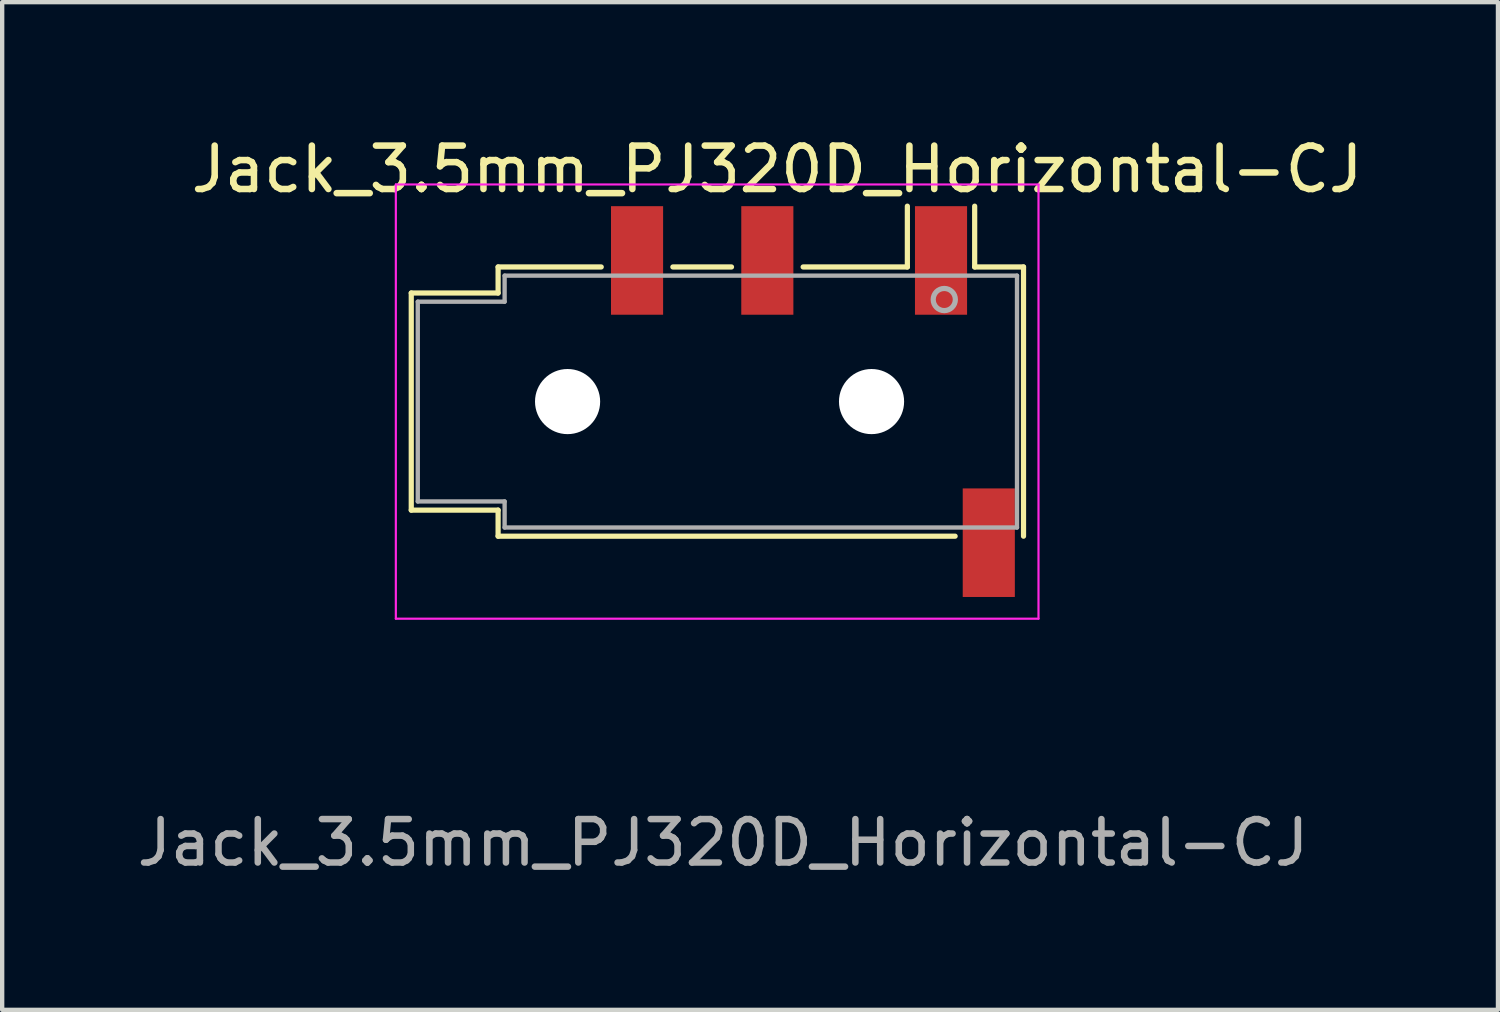
<source format=kicad_pcb>
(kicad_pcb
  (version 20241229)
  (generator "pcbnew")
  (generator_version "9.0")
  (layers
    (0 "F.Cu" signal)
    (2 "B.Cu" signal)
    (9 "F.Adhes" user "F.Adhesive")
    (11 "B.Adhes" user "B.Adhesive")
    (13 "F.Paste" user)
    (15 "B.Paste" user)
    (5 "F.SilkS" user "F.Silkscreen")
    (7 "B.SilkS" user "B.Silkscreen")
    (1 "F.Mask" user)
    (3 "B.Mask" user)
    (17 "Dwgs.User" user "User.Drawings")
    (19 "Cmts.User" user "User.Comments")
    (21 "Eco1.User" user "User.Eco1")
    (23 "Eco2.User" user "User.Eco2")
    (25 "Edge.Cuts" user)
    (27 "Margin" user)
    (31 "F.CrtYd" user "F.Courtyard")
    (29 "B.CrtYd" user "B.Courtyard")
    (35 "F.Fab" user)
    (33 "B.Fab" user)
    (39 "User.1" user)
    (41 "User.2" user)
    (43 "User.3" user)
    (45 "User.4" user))
  (footprint "Jack_3.5mm_PJ320D_Horizontal-CJ"
    (layer "F.Cu")
    (at 13.436 6.208)
    (property "Reference" "Jack_3.5mm_PJ320D_Horizontal-CJ" (at 1.41 -5.36 0) (layer "F.SilkS") (effects (font (size 1 1) (thickness 0.15))))
    (attr smd)
    (fp_line (start -7.015 -2.51) (end -7.015 2.49) (stroke (width 0.12) (type solid)) (layer "F.SilkS"))
    (fp_line (start -5.015 -3.11) (end -5.015 -2.51) (stroke (width 0.12) (type solid)) (layer "F.SilkS"))
    (fp_line (start -5.015 -3.11) (end -2.64 -3.11) (stroke (width 0.12) (type solid)) (layer "F.SilkS"))
    (fp_line (start -5.015 -2.51) (end -7.015 -2.51) (stroke (width 0.12) (type solid)) (layer "F.SilkS"))
    (fp_line (start -5.015 2.49) (end -7.015 2.49) (stroke (width 0.12) (type solid)) (layer "F.SilkS"))
    (fp_line (start -5.015 2.49) (end -5.015 3.09) (stroke (width 0.12) (type solid)) (layer "F.SilkS"))
    (fp_line (start -0.99 -3.11) (end 0.36 -3.11) (stroke (width 0.12) (type solid)) (layer "F.SilkS"))
    (fp_line (start 2.01 -3.11) (end 4.41 -3.11) (stroke (width 0.12) (type solid)) (layer "F.SilkS"))
    (fp_line (start 4.41 -3.11) (end 4.41 -4.51) (stroke (width 0.12) (type solid)) (layer "F.SilkS"))
    (fp_line (start 5.51 3.09) (end -5.015 3.09) (stroke (width 0.12) (type solid)) (layer "F.SilkS"))
    (fp_line (start 5.96 -3.11) (end 5.96 -4.51) (stroke (width 0.12) (type solid)) (layer "F.SilkS"))
    (fp_line (start 5.96 -3.11) (end 7.085 -3.11) (stroke (width 0.12) (type solid)) (layer "F.SilkS"))
    (fp_line (start 7.085 3.09) (end 7.085 -3.11) (stroke (width 0.12) (type solid)) (layer "F.SilkS"))
    (fp_line (start -7.37 -5.01) (end 7.43 -5.01) (stroke (width 0.05) (type solid)) (layer "F.CrtYd"))
    (fp_line (start -7.37 4.99) (end -7.37 -5.01) (stroke (width 0.05) (type solid)) (layer "F.CrtYd"))
    (fp_line (start -7.37 4.99) (end 7.43 4.99) (stroke (width 0.05) (type solid)) (layer "F.CrtYd"))
    (fp_line (start 7.43 4.99) (end 7.43 -5.01) (stroke (width 0.05) (type solid)) (layer "F.CrtYd"))
    (fp_line (start -6.865 -2.31) (end -4.865 -2.31) (stroke (width 0.1) (type solid)) (layer "F.Fab"))
    (fp_line (start -6.865 2.29) (end -6.865 -2.31) (stroke (width 0.1) (type solid)) (layer "F.Fab"))
    (fp_line (start -4.865 -2.91) (end 6.935 -2.91) (stroke (width 0.1) (type solid)) (layer "F.Fab"))
    (fp_line (start -4.865 -2.31) (end -4.865 -2.91) (stroke (width 0.1) (type solid)) (layer "F.Fab"))
    (fp_line (start -4.865 2.29) (end -6.865 2.29) (stroke (width 0.1) (type solid)) (layer "F.Fab"))
    (fp_line (start -4.865 2.89) (end -4.865 2.29) (stroke (width 0.1) (type solid)) (layer "F.Fab"))
    (fp_line (start 6.935 -2.91) (end 6.935 2.89) (stroke (width 0.1) (type solid)) (layer "F.Fab"))
    (fp_line (start 6.935 2.89) (end -4.865 2.89) (stroke (width 0.1) (type solid)) (layer "F.Fab"))
    (fp_circle (center 5.26 -2.36) (end 5.31 -2.11) (stroke (width 0.12) (type solid)) (fill no) (layer "F.Fab"))
    (fp_text user "${REFERENCE}" (at 0.165 10.15 0) (layer "F.Fab") (effects (font (size 1 1) (thickness 0.15))))
    (pad "" np_thru_hole circle (at -3.415 -0.01) (size 1.5 1.5) (drill 1.5) (layers "*.Cu" "*.Mask"))
    (pad "" np_thru_hole circle (at 3.585 -0.01) (size 1.5 1.5) (drill 1.5) (layers "*.Cu" "*.Mask"))
    (pad "R1" smd rect (at 1.185 -3.26) (size 1.2 2.5) (layers "F.Cu" "F.Mask" "F.Paste"))
    (pad "R2" smd rect (at -1.815 -3.26) (size 1.2 2.5) (layers "F.Cu" "F.Mask" "F.Paste"))
    (pad "S" smd rect (at 6.285 3.24) (size 1.2 2.5) (layers "F.Cu" "F.Mask" "F.Paste"))
    (pad "T" smd rect (at 5.185 -3.26) (size 1.2 2.5) (layers "F.Cu" "F.Mask" "F.Paste")))
  (gr_rect
    (start -3 -3)
    (end 31.447 20.206)
    (stroke (width 0.1) (type default))
    (fill no)
    (layer "Edge.Cuts")))
</source>
